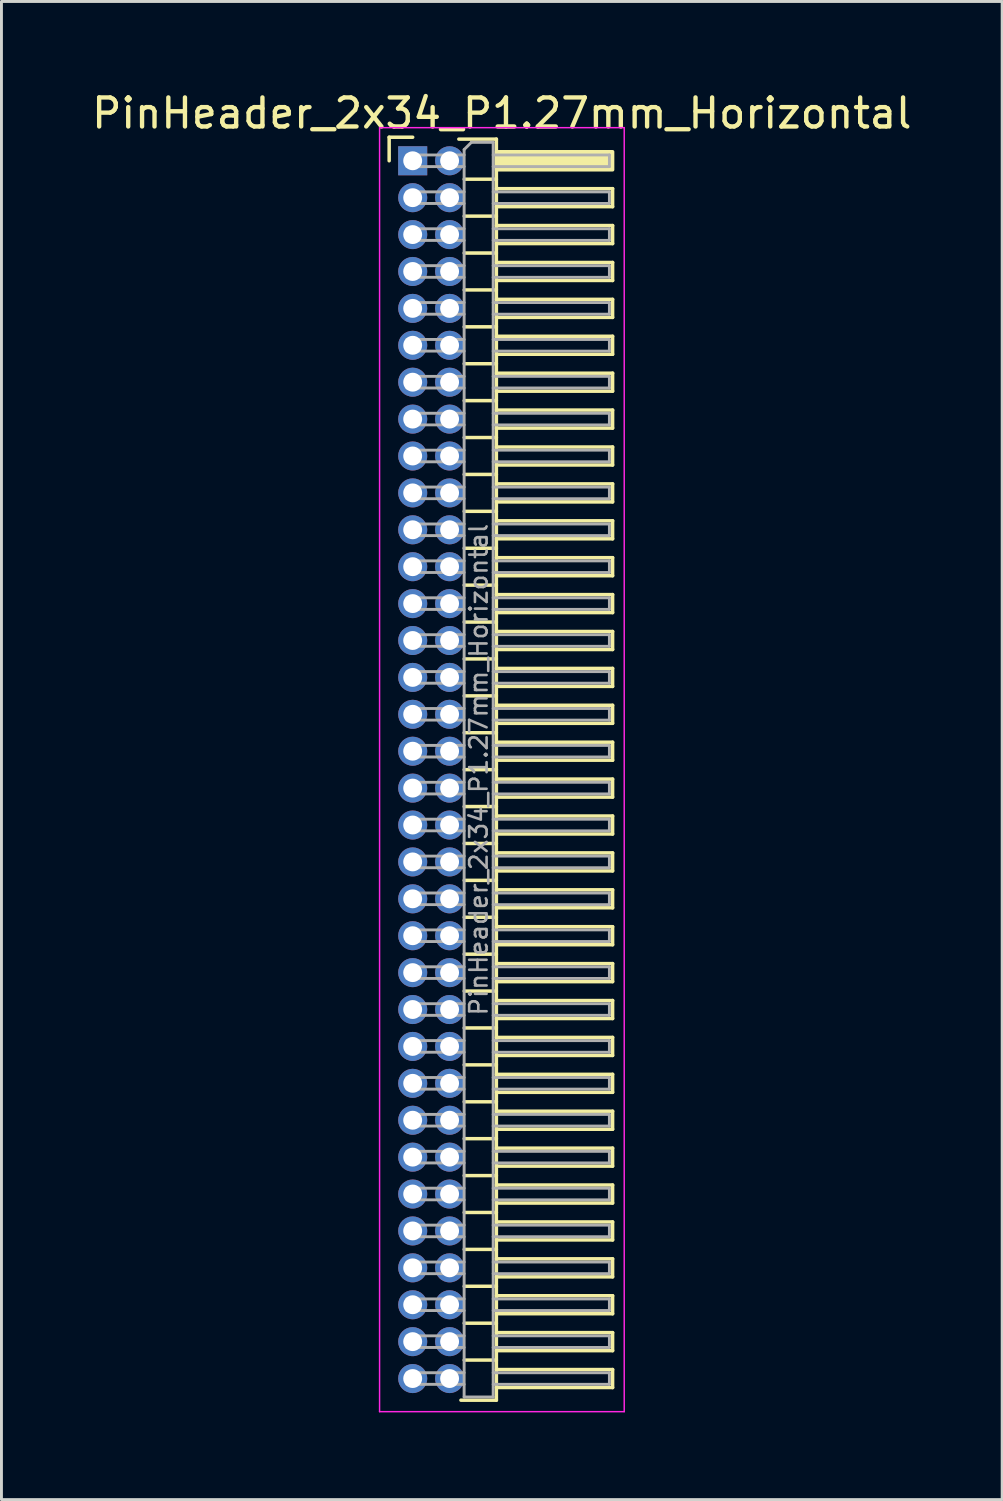
<source format=kicad_pcb>
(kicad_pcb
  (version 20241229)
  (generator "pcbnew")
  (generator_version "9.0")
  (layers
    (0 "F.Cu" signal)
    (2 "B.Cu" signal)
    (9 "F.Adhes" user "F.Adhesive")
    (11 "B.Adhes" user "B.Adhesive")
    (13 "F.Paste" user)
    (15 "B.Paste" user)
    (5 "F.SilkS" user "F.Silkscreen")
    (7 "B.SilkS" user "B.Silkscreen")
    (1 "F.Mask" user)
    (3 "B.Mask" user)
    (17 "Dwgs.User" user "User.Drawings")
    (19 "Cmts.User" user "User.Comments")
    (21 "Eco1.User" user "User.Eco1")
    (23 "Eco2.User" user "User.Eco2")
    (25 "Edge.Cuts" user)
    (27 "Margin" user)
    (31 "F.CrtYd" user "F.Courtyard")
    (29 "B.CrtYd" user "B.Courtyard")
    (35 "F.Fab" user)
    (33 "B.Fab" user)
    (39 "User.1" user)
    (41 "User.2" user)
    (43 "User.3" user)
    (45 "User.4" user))
  (footprint "PinHeader_2x34_P1.27mm_Horizontal"
    (layer "F.Cu")
    (at 11.153 2.483)
    (property "Reference" "PinHeader_2x34_P1.27mm_Horizontal" (at 3.067 -1.635 0) (layer "F.SilkS") (effects (font (size 1 1) (thickness 0.15))))
    (attr through_hole)
    (fp_line (start -0.81 -0.81) (end 0 -0.81) (stroke (width 0.12) (type solid)) (layer "F.SilkS"))
    (fp_line (start -0.81 0) (end -0.81 -0.81) (stroke (width 0.12) (type solid)) (layer "F.SilkS"))
    (fp_line (start 1.588 -0.745) (end 2.88 -0.745) (stroke (width 0.12) (type solid)) (layer "F.SilkS"))
    (fp_line (start 1.773 0.635) (end 2.88 0.635) (stroke (width 0.12) (type solid)) (layer "F.SilkS"))
    (fp_line (start 1.773 1.905) (end 2.88 1.905) (stroke (width 0.12) (type solid)) (layer "F.SilkS"))
    (fp_line (start 1.773 3.175) (end 2.88 3.175) (stroke (width 0.12) (type solid)) (layer "F.SilkS"))
    (fp_line (start 1.773 4.445) (end 2.88 4.445) (stroke (width 0.12) (type solid)) (layer "F.SilkS"))
    (fp_line (start 1.773 5.715) (end 2.88 5.715) (stroke (width 0.12) (type solid)) (layer "F.SilkS"))
    (fp_line (start 1.773 6.985) (end 2.88 6.985) (stroke (width 0.12) (type solid)) (layer "F.SilkS"))
    (fp_line (start 1.773 8.255) (end 2.88 8.255) (stroke (width 0.12) (type solid)) (layer "F.SilkS"))
    (fp_line (start 1.773 9.525) (end 2.88 9.525) (stroke (width 0.12) (type solid)) (layer "F.SilkS"))
    (fp_line (start 1.773 10.795) (end 2.88 10.795) (stroke (width 0.12) (type solid)) (layer "F.SilkS"))
    (fp_line (start 1.773 12.065) (end 2.88 12.065) (stroke (width 0.12) (type solid)) (layer "F.SilkS"))
    (fp_line (start 1.773 13.335) (end 2.88 13.335) (stroke (width 0.12) (type solid)) (layer "F.SilkS"))
    (fp_line (start 1.773 14.605) (end 2.88 14.605) (stroke (width 0.12) (type solid)) (layer "F.SilkS"))
    (fp_line (start 1.773 15.875) (end 2.88 15.875) (stroke (width 0.12) (type solid)) (layer "F.SilkS"))
    (fp_line (start 1.773 17.145) (end 2.88 17.145) (stroke (width 0.12) (type solid)) (layer "F.SilkS"))
    (fp_line (start 1.773 18.415) (end 2.88 18.415) (stroke (width 0.12) (type solid)) (layer "F.SilkS"))
    (fp_line (start 1.773 19.685) (end 2.88 19.685) (stroke (width 0.12) (type solid)) (layer "F.SilkS"))
    (fp_line (start 1.773 20.955) (end 2.88 20.955) (stroke (width 0.12) (type solid)) (layer "F.SilkS"))
    (fp_line (start 1.773 22.225) (end 2.88 22.225) (stroke (width 0.12) (type solid)) (layer "F.SilkS"))
    (fp_line (start 1.773 23.495) (end 2.88 23.495) (stroke (width 0.12) (type solid)) (layer "F.SilkS"))
    (fp_line (start 1.773 24.765) (end 2.88 24.765) (stroke (width 0.12) (type solid)) (layer "F.SilkS"))
    (fp_line (start 1.773 26.035) (end 2.88 26.035) (stroke (width 0.12) (type solid)) (layer "F.SilkS"))
    (fp_line (start 1.773 27.305) (end 2.88 27.305) (stroke (width 0.12) (type solid)) (layer "F.SilkS"))
    (fp_line (start 1.773 28.575) (end 2.88 28.575) (stroke (width 0.12) (type solid)) (layer "F.SilkS"))
    (fp_line (start 1.773 29.845) (end 2.88 29.845) (stroke (width 0.12) (type solid)) (layer "F.SilkS"))
    (fp_line (start 1.773 31.115) (end 2.88 31.115) (stroke (width 0.12) (type solid)) (layer "F.SilkS"))
    (fp_line (start 1.773 32.385) (end 2.88 32.385) (stroke (width 0.12) (type solid)) (layer "F.SilkS"))
    (fp_line (start 1.773 33.655) (end 2.88 33.655) (stroke (width 0.12) (type solid)) (layer "F.SilkS"))
    (fp_line (start 1.773 34.925) (end 2.88 34.925) (stroke (width 0.12) (type solid)) (layer "F.SilkS"))
    (fp_line (start 1.773 36.195) (end 2.88 36.195) (stroke (width 0.12) (type solid)) (layer "F.SilkS"))
    (fp_line (start 1.773 37.465) (end 2.88 37.465) (stroke (width 0.12) (type solid)) (layer "F.SilkS"))
    (fp_line (start 1.773 38.735) (end 2.88 38.735) (stroke (width 0.12) (type solid)) (layer "F.SilkS"))
    (fp_line (start 1.773 40.005) (end 2.88 40.005) (stroke (width 0.12) (type solid)) (layer "F.SilkS"))
    (fp_line (start 1.773 41.275) (end 2.88 41.275) (stroke (width 0.12) (type solid)) (layer "F.SilkS"))
    (fp_line (start 2.88 -0.745) (end 2.88 42.655) (stroke (width 0.12) (type solid)) (layer "F.SilkS"))
    (fp_line (start 2.88 0.96) (end 6.88 0.96) (stroke (width 0.12) (type solid)) (layer "F.SilkS"))
    (fp_line (start 2.88 2.23) (end 6.88 2.23) (stroke (width 0.12) (type solid)) (layer "F.SilkS"))
    (fp_line (start 2.88 3.5) (end 6.88 3.5) (stroke (width 0.12) (type solid)) (layer "F.SilkS"))
    (fp_line (start 2.88 4.77) (end 6.88 4.77) (stroke (width 0.12) (type solid)) (layer "F.SilkS"))
    (fp_line (start 2.88 6.04) (end 6.88 6.04) (stroke (width 0.12) (type solid)) (layer "F.SilkS"))
    (fp_line (start 2.88 7.31) (end 6.88 7.31) (stroke (width 0.12) (type solid)) (layer "F.SilkS"))
    (fp_line (start 2.88 8.58) (end 6.88 8.58) (stroke (width 0.12) (type solid)) (layer "F.SilkS"))
    (fp_line (start 2.88 9.85) (end 6.88 9.85) (stroke (width 0.12) (type solid)) (layer "F.SilkS"))
    (fp_line (start 2.88 11.12) (end 6.88 11.12) (stroke (width 0.12) (type solid)) (layer "F.SilkS"))
    (fp_line (start 2.88 12.39) (end 6.88 12.39) (stroke (width 0.12) (type solid)) (layer "F.SilkS"))
    (fp_line (start 2.88 13.66) (end 6.88 13.66) (stroke (width 0.12) (type solid)) (layer "F.SilkS"))
    (fp_line (start 2.88 14.93) (end 6.88 14.93) (stroke (width 0.12) (type solid)) (layer "F.SilkS"))
    (fp_line (start 2.88 16.2) (end 6.88 16.2) (stroke (width 0.12) (type solid)) (layer "F.SilkS"))
    (fp_line (start 2.88 17.47) (end 6.88 17.47) (stroke (width 0.12) (type solid)) (layer "F.SilkS"))
    (fp_line (start 2.88 18.74) (end 6.88 18.74) (stroke (width 0.12) (type solid)) (layer "F.SilkS"))
    (fp_line (start 2.88 20.01) (end 6.88 20.01) (stroke (width 0.12) (type solid)) (layer "F.SilkS"))
    (fp_line (start 2.88 21.28) (end 6.88 21.28) (stroke (width 0.12) (type solid)) (layer "F.SilkS"))
    (fp_line (start 2.88 22.55) (end 6.88 22.55) (stroke (width 0.12) (type solid)) (layer "F.SilkS"))
    (fp_line (start 2.88 23.82) (end 6.88 23.82) (stroke (width 0.12) (type solid)) (layer "F.SilkS"))
    (fp_line (start 2.88 25.09) (end 6.88 25.09) (stroke (width 0.12) (type solid)) (layer "F.SilkS"))
    (fp_line (start 2.88 26.36) (end 6.88 26.36) (stroke (width 0.12) (type solid)) (layer "F.SilkS"))
    (fp_line (start 2.88 27.63) (end 6.88 27.63) (stroke (width 0.12) (type solid)) (layer "F.SilkS"))
    (fp_line (start 2.88 28.9) (end 6.88 28.9) (stroke (width 0.12) (type solid)) (layer "F.SilkS"))
    (fp_line (start 2.88 30.17) (end 6.88 30.17) (stroke (width 0.12) (type solid)) (layer "F.SilkS"))
    (fp_line (start 2.88 31.44) (end 6.88 31.44) (stroke (width 0.12) (type solid)) (layer "F.SilkS"))
    (fp_line (start 2.88 32.71) (end 6.88 32.71) (stroke (width 0.12) (type solid)) (layer "F.SilkS"))
    (fp_line (start 2.88 33.98) (end 6.88 33.98) (stroke (width 0.12) (type solid)) (layer "F.SilkS"))
    (fp_line (start 2.88 35.25) (end 6.88 35.25) (stroke (width 0.12) (type solid)) (layer "F.SilkS"))
    (fp_line (start 2.88 36.52) (end 6.88 36.52) (stroke (width 0.12) (type solid)) (layer "F.SilkS"))
    (fp_line (start 2.88 37.79) (end 6.88 37.79) (stroke (width 0.12) (type solid)) (layer "F.SilkS"))
    (fp_line (start 2.88 39.06) (end 6.88 39.06) (stroke (width 0.12) (type solid)) (layer "F.SilkS"))
    (fp_line (start 2.88 40.33) (end 6.88 40.33) (stroke (width 0.12) (type solid)) (layer "F.SilkS"))
    (fp_line (start 2.88 41.6) (end 6.88 41.6) (stroke (width 0.12) (type solid)) (layer "F.SilkS"))
    (fp_line (start 2.88 42.655) (end 1.66 42.655) (stroke (width 0.12) (type solid)) (layer "F.SilkS"))
    (fp_line (start 6.88 0.96) (end 6.88 1.58) (stroke (width 0.12) (type solid)) (layer "F.SilkS"))
    (fp_line (start 6.88 1.58) (end 2.88 1.58) (stroke (width 0.12) (type solid)) (layer "F.SilkS"))
    (fp_line (start 6.88 2.23) (end 6.88 2.85) (stroke (width 0.12) (type solid)) (layer "F.SilkS"))
    (fp_line (start 6.88 2.85) (end 2.88 2.85) (stroke (width 0.12) (type solid)) (layer "F.SilkS"))
    (fp_line (start 6.88 3.5) (end 6.88 4.12) (stroke (width 0.12) (type solid)) (layer "F.SilkS"))
    (fp_line (start 6.88 4.12) (end 2.88 4.12) (stroke (width 0.12) (type solid)) (layer "F.SilkS"))
    (fp_line (start 6.88 4.77) (end 6.88 5.39) (stroke (width 0.12) (type solid)) (layer "F.SilkS"))
    (fp_line (start 6.88 5.39) (end 2.88 5.39) (stroke (width 0.12) (type solid)) (layer "F.SilkS"))
    (fp_line (start 6.88 6.04) (end 6.88 6.66) (stroke (width 0.12) (type solid)) (layer "F.SilkS"))
    (fp_line (start 6.88 6.66) (end 2.88 6.66) (stroke (width 0.12) (type solid)) (layer "F.SilkS"))
    (fp_line (start 6.88 7.31) (end 6.88 7.93) (stroke (width 0.12) (type solid)) (layer "F.SilkS"))
    (fp_line (start 6.88 7.93) (end 2.88 7.93) (stroke (width 0.12) (type solid)) (layer "F.SilkS"))
    (fp_line (start 6.88 8.58) (end 6.88 9.2) (stroke (width 0.12) (type solid)) (layer "F.SilkS"))
    (fp_line (start 6.88 9.2) (end 2.88 9.2) (stroke (width 0.12) (type solid)) (layer "F.SilkS"))
    (fp_line (start 6.88 9.85) (end 6.88 10.47) (stroke (width 0.12) (type solid)) (layer "F.SilkS"))
    (fp_line (start 6.88 10.47) (end 2.88 10.47) (stroke (width 0.12) (type solid)) (layer "F.SilkS"))
    (fp_line (start 6.88 11.12) (end 6.88 11.74) (stroke (width 0.12) (type solid)) (layer "F.SilkS"))
    (fp_line (start 6.88 11.74) (end 2.88 11.74) (stroke (width 0.12) (type solid)) (layer "F.SilkS"))
    (fp_line (start 6.88 12.39) (end 6.88 13.01) (stroke (width 0.12) (type solid)) (layer "F.SilkS"))
    (fp_line (start 6.88 13.01) (end 2.88 13.01) (stroke (width 0.12) (type solid)) (layer "F.SilkS"))
    (fp_line (start 6.88 13.66) (end 6.88 14.28) (stroke (width 0.12) (type solid)) (layer "F.SilkS"))
    (fp_line (start 6.88 14.28) (end 2.88 14.28) (stroke (width 0.12) (type solid)) (layer "F.SilkS"))
    (fp_line (start 6.88 14.93) (end 6.88 15.55) (stroke (width 0.12) (type solid)) (layer "F.SilkS"))
    (fp_line (start 6.88 15.55) (end 2.88 15.55) (stroke (width 0.12) (type solid)) (layer "F.SilkS"))
    (fp_line (start 6.88 16.2) (end 6.88 16.82) (stroke (width 0.12) (type solid)) (layer "F.SilkS"))
    (fp_line (start 6.88 16.82) (end 2.88 16.82) (stroke (width 0.12) (type solid)) (layer "F.SilkS"))
    (fp_line (start 6.88 17.47) (end 6.88 18.09) (stroke (width 0.12) (type solid)) (layer "F.SilkS"))
    (fp_line (start 6.88 18.09) (end 2.88 18.09) (stroke (width 0.12) (type solid)) (layer "F.SilkS"))
    (fp_line (start 6.88 18.74) (end 6.88 19.36) (stroke (width 0.12) (type solid)) (layer "F.SilkS"))
    (fp_line (start 6.88 19.36) (end 2.88 19.36) (stroke (width 0.12) (type solid)) (layer "F.SilkS"))
    (fp_line (start 6.88 20.01) (end 6.88 20.63) (stroke (width 0.12) (type solid)) (layer "F.SilkS"))
    (fp_line (start 6.88 20.63) (end 2.88 20.63) (stroke (width 0.12) (type solid)) (layer "F.SilkS"))
    (fp_line (start 6.88 21.28) (end 6.88 21.9) (stroke (width 0.12) (type solid)) (layer "F.SilkS"))
    (fp_line (start 6.88 21.9) (end 2.88 21.9) (stroke (width 0.12) (type solid)) (layer "F.SilkS"))
    (fp_line (start 6.88 22.55) (end 6.88 23.17) (stroke (width 0.12) (type solid)) (layer "F.SilkS"))
    (fp_line (start 6.88 23.17) (end 2.88 23.17) (stroke (width 0.12) (type solid)) (layer "F.SilkS"))
    (fp_line (start 6.88 23.82) (end 6.88 24.44) (stroke (width 0.12) (type solid)) (layer "F.SilkS"))
    (fp_line (start 6.88 24.44) (end 2.88 24.44) (stroke (width 0.12) (type solid)) (layer "F.SilkS"))
    (fp_line (start 6.88 25.09) (end 6.88 25.71) (stroke (width 0.12) (type solid)) (layer "F.SilkS"))
    (fp_line (start 6.88 25.71) (end 2.88 25.71) (stroke (width 0.12) (type solid)) (layer "F.SilkS"))
    (fp_line (start 6.88 26.36) (end 6.88 26.98) (stroke (width 0.12) (type solid)) (layer "F.SilkS"))
    (fp_line (start 6.88 26.98) (end 2.88 26.98) (stroke (width 0.12) (type solid)) (layer "F.SilkS"))
    (fp_line (start 6.88 27.63) (end 6.88 28.25) (stroke (width 0.12) (type solid)) (layer "F.SilkS"))
    (fp_line (start 6.88 28.25) (end 2.88 28.25) (stroke (width 0.12) (type solid)) (layer "F.SilkS"))
    (fp_line (start 6.88 28.9) (end 6.88 29.52) (stroke (width 0.12) (type solid)) (layer "F.SilkS"))
    (fp_line (start 6.88 29.52) (end 2.88 29.52) (stroke (width 0.12) (type solid)) (layer "F.SilkS"))
    (fp_line (start 6.88 30.17) (end 6.88 30.79) (stroke (width 0.12) (type solid)) (layer "F.SilkS"))
    (fp_line (start 6.88 30.79) (end 2.88 30.79) (stroke (width 0.12) (type solid)) (layer "F.SilkS"))
    (fp_line (start 6.88 31.44) (end 6.88 32.06) (stroke (width 0.12) (type solid)) (layer "F.SilkS"))
    (fp_line (start 6.88 32.06) (end 2.88 32.06) (stroke (width 0.12) (type solid)) (layer "F.SilkS"))
    (fp_line (start 6.88 32.71) (end 6.88 33.33) (stroke (width 0.12) (type solid)) (layer "F.SilkS"))
    (fp_line (start 6.88 33.33) (end 2.88 33.33) (stroke (width 0.12) (type solid)) (layer "F.SilkS"))
    (fp_line (start 6.88 33.98) (end 6.88 34.6) (stroke (width 0.12) (type solid)) (layer "F.SilkS"))
    (fp_line (start 6.88 34.6) (end 2.88 34.6) (stroke (width 0.12) (type solid)) (layer "F.SilkS"))
    (fp_line (start 6.88 35.25) (end 6.88 35.87) (stroke (width 0.12) (type solid)) (layer "F.SilkS"))
    (fp_line (start 6.88 35.87) (end 2.88 35.87) (stroke (width 0.12) (type solid)) (layer "F.SilkS"))
    (fp_line (start 6.88 36.52) (end 6.88 37.14) (stroke (width 0.12) (type solid)) (layer "F.SilkS"))
    (fp_line (start 6.88 37.14) (end 2.88 37.14) (stroke (width 0.12) (type solid)) (layer "F.SilkS"))
    (fp_line (start 6.88 37.79) (end 6.88 38.41) (stroke (width 0.12) (type solid)) (layer "F.SilkS"))
    (fp_line (start 6.88 38.41) (end 2.88 38.41) (stroke (width 0.12) (type solid)) (layer "F.SilkS"))
    (fp_line (start 6.88 39.06) (end 6.88 39.68) (stroke (width 0.12) (type solid)) (layer "F.SilkS"))
    (fp_line (start 6.88 39.68) (end 2.88 39.68) (stroke (width 0.12) (type solid)) (layer "F.SilkS"))
    (fp_line (start 6.88 40.33) (end 6.88 40.95) (stroke (width 0.12) (type solid)) (layer "F.SilkS"))
    (fp_line (start 6.88 40.95) (end 2.88 40.95) (stroke (width 0.12) (type solid)) (layer "F.SilkS"))
    (fp_line (start 6.88 41.6) (end 6.88 42.22) (stroke (width 0.12) (type solid)) (layer "F.SilkS"))
    (fp_line (start 6.88 42.22) (end 2.88 42.22) (stroke (width 0.12) (type solid)) (layer "F.SilkS"))
    (fp_rect (start 2.88 -0.31) (end 6.88 0.31) (stroke (width 0.12) (type solid)) (fill yes) (layer "F.SilkS"))
    (fp_line (start -1.14 -1.14) (end -1.14 43.05) (stroke (width 0.05) (type solid)) (layer "F.CrtYd"))
    (fp_line (start -1.14 43.05) (end 7.28 43.05) (stroke (width 0.05) (type solid)) (layer "F.CrtYd"))
    (fp_line (start 7.28 -1.14) (end -1.14 -1.14) (stroke (width 0.05) (type solid)) (layer "F.CrtYd"))
    (fp_line (start 7.28 43.05) (end 7.28 -1.14) (stroke (width 0.05) (type solid)) (layer "F.CrtYd"))
    (fp_line (start -0.2 -0.2) (end -0.2 0.2) (stroke (width 0.1) (type solid)) (layer "F.Fab"))
    (fp_line (start -0.2 -0.2) (end 1.77 -0.2) (stroke (width 0.1) (type solid)) (layer "F.Fab"))
    (fp_line (start -0.2 0.2) (end 1.77 0.2) (stroke (width 0.1) (type solid)) (layer "F.Fab"))
    (fp_line (start -0.2 1.07) (end -0.2 1.47) (stroke (width 0.1) (type solid)) (layer "F.Fab"))
    (fp_line (start -0.2 1.07) (end 1.77 1.07) (stroke (width 0.1) (type solid)) (layer "F.Fab"))
    (fp_line (start -0.2 1.47) (end 1.77 1.47) (stroke (width 0.1) (type solid)) (layer "F.Fab"))
    (fp_line (start -0.2 2.34) (end -0.2 2.74) (stroke (width 0.1) (type solid)) (layer "F.Fab"))
    (fp_line (start -0.2 2.34) (end 1.77 2.34) (stroke (width 0.1) (type solid)) (layer "F.Fab"))
    (fp_line (start -0.2 2.74) (end 1.77 2.74) (stroke (width 0.1) (type solid)) (layer "F.Fab"))
    (fp_line (start -0.2 3.61) (end -0.2 4.01) (stroke (width 0.1) (type solid)) (layer "F.Fab"))
    (fp_line (start -0.2 3.61) (end 1.77 3.61) (stroke (width 0.1) (type solid)) (layer "F.Fab"))
    (fp_line (start -0.2 4.01) (end 1.77 4.01) (stroke (width 0.1) (type solid)) (layer "F.Fab"))
    (fp_line (start -0.2 4.88) (end -0.2 5.28) (stroke (width 0.1) (type solid)) (layer "F.Fab"))
    (fp_line (start -0.2 4.88) (end 1.77 4.88) (stroke (width 0.1) (type solid)) (layer "F.Fab"))
    (fp_line (start -0.2 5.28) (end 1.77 5.28) (stroke (width 0.1) (type solid)) (layer "F.Fab"))
    (fp_line (start -0.2 6.15) (end -0.2 6.55) (stroke (width 0.1) (type solid)) (layer "F.Fab"))
    (fp_line (start -0.2 6.15) (end 1.77 6.15) (stroke (width 0.1) (type solid)) (layer "F.Fab"))
    (fp_line (start -0.2 6.55) (end 1.77 6.55) (stroke (width 0.1) (type solid)) (layer "F.Fab"))
    (fp_line (start -0.2 7.42) (end -0.2 7.82) (stroke (width 0.1) (type solid)) (layer "F.Fab"))
    (fp_line (start -0.2 7.42) (end 1.77 7.42) (stroke (width 0.1) (type solid)) (layer "F.Fab"))
    (fp_line (start -0.2 7.82) (end 1.77 7.82) (stroke (width 0.1) (type solid)) (layer "F.Fab"))
    (fp_line (start -0.2 8.69) (end -0.2 9.09) (stroke (width 0.1) (type solid)) (layer "F.Fab"))
    (fp_line (start -0.2 8.69) (end 1.77 8.69) (stroke (width 0.1) (type solid)) (layer "F.Fab"))
    (fp_line (start -0.2 9.09) (end 1.77 9.09) (stroke (width 0.1) (type solid)) (layer "F.Fab"))
    (fp_line (start -0.2 9.96) (end -0.2 10.36) (stroke (width 0.1) (type solid)) (layer "F.Fab"))
    (fp_line (start -0.2 9.96) (end 1.77 9.96) (stroke (width 0.1) (type solid)) (layer "F.Fab"))
    (fp_line (start -0.2 10.36) (end 1.77 10.36) (stroke (width 0.1) (type solid)) (layer "F.Fab"))
    (fp_line (start -0.2 11.23) (end -0.2 11.63) (stroke (width 0.1) (type solid)) (layer "F.Fab"))
    (fp_line (start -0.2 11.23) (end 1.77 11.23) (stroke (width 0.1) (type solid)) (layer "F.Fab"))
    (fp_line (start -0.2 11.63) (end 1.77 11.63) (stroke (width 0.1) (type solid)) (layer "F.Fab"))
    (fp_line (start -0.2 12.5) (end -0.2 12.9) (stroke (width 0.1) (type solid)) (layer "F.Fab"))
    (fp_line (start -0.2 12.5) (end 1.77 12.5) (stroke (width 0.1) (type solid)) (layer "F.Fab"))
    (fp_line (start -0.2 12.9) (end 1.77 12.9) (stroke (width 0.1) (type solid)) (layer "F.Fab"))
    (fp_line (start -0.2 13.77) (end -0.2 14.17) (stroke (width 0.1) (type solid)) (layer "F.Fab"))
    (fp_line (start -0.2 13.77) (end 1.77 13.77) (stroke (width 0.1) (type solid)) (layer "F.Fab"))
    (fp_line (start -0.2 14.17) (end 1.77 14.17) (stroke (width 0.1) (type solid)) (layer "F.Fab"))
    (fp_line (start -0.2 15.04) (end -0.2 15.44) (stroke (width 0.1) (type solid)) (layer "F.Fab"))
    (fp_line (start -0.2 15.04) (end 1.77 15.04) (stroke (width 0.1) (type solid)) (layer "F.Fab"))
    (fp_line (start -0.2 15.44) (end 1.77 15.44) (stroke (width 0.1) (type solid)) (layer "F.Fab"))
    (fp_line (start -0.2 16.31) (end -0.2 16.71) (stroke (width 0.1) (type solid)) (layer "F.Fab"))
    (fp_line (start -0.2 16.31) (end 1.77 16.31) (stroke (width 0.1) (type solid)) (layer "F.Fab"))
    (fp_line (start -0.2 16.71) (end 1.77 16.71) (stroke (width 0.1) (type solid)) (layer "F.Fab"))
    (fp_line (start -0.2 17.58) (end -0.2 17.98) (stroke (width 0.1) (type solid)) (layer "F.Fab"))
    (fp_line (start -0.2 17.58) (end 1.77 17.58) (stroke (width 0.1) (type solid)) (layer "F.Fab"))
    (fp_line (start -0.2 17.98) (end 1.77 17.98) (stroke (width 0.1) (type solid)) (layer "F.Fab"))
    (fp_line (start -0.2 18.85) (end -0.2 19.25) (stroke (width 0.1) (type solid)) (layer "F.Fab"))
    (fp_line (start -0.2 18.85) (end 1.77 18.85) (stroke (width 0.1) (type solid)) (layer "F.Fab"))
    (fp_line (start -0.2 19.25) (end 1.77 19.25) (stroke (width 0.1) (type solid)) (layer "F.Fab"))
    (fp_line (start -0.2 20.12) (end -0.2 20.52) (stroke (width 0.1) (type solid)) (layer "F.Fab"))
    (fp_line (start -0.2 20.12) (end 1.77 20.12) (stroke (width 0.1) (type solid)) (layer "F.Fab"))
    (fp_line (start -0.2 20.52) (end 1.77 20.52) (stroke (width 0.1) (type solid)) (layer "F.Fab"))
    (fp_line (start -0.2 21.39) (end -0.2 21.79) (stroke (width 0.1) (type solid)) (layer "F.Fab"))
    (fp_line (start -0.2 21.39) (end 1.77 21.39) (stroke (width 0.1) (type solid)) (layer "F.Fab"))
    (fp_line (start -0.2 21.79) (end 1.77 21.79) (stroke (width 0.1) (type solid)) (layer "F.Fab"))
    (fp_line (start -0.2 22.66) (end -0.2 23.06) (stroke (width 0.1) (type solid)) (layer "F.Fab"))
    (fp_line (start -0.2 22.66) (end 1.77 22.66) (stroke (width 0.1) (type solid)) (layer "F.Fab"))
    (fp_line (start -0.2 23.06) (end 1.77 23.06) (stroke (width 0.1) (type solid)) (layer "F.Fab"))
    (fp_line (start -0.2 23.93) (end -0.2 24.33) (stroke (width 0.1) (type solid)) (layer "F.Fab"))
    (fp_line (start -0.2 23.93) (end 1.77 23.93) (stroke (width 0.1) (type solid)) (layer "F.Fab"))
    (fp_line (start -0.2 24.33) (end 1.77 24.33) (stroke (width 0.1) (type solid)) (layer "F.Fab"))
    (fp_line (start -0.2 25.2) (end -0.2 25.6) (stroke (width 0.1) (type solid)) (layer "F.Fab"))
    (fp_line (start -0.2 25.2) (end 1.77 25.2) (stroke (width 0.1) (type solid)) (layer "F.Fab"))
    (fp_line (start -0.2 25.6) (end 1.77 25.6) (stroke (width 0.1) (type solid)) (layer "F.Fab"))
    (fp_line (start -0.2 26.47) (end -0.2 26.87) (stroke (width 0.1) (type solid)) (layer "F.Fab"))
    (fp_line (start -0.2 26.47) (end 1.77 26.47) (stroke (width 0.1) (type solid)) (layer "F.Fab"))
    (fp_line (start -0.2 26.87) (end 1.77 26.87) (stroke (width 0.1) (type solid)) (layer "F.Fab"))
    (fp_line (start -0.2 27.74) (end -0.2 28.14) (stroke (width 0.1) (type solid)) (layer "F.Fab"))
    (fp_line (start -0.2 27.74) (end 1.77 27.74) (stroke (width 0.1) (type solid)) (layer "F.Fab"))
    (fp_line (start -0.2 28.14) (end 1.77 28.14) (stroke (width 0.1) (type solid)) (layer "F.Fab"))
    (fp_line (start -0.2 29.01) (end -0.2 29.41) (stroke (width 0.1) (type solid)) (layer "F.Fab"))
    (fp_line (start -0.2 29.01) (end 1.77 29.01) (stroke (width 0.1) (type solid)) (layer "F.Fab"))
    (fp_line (start -0.2 29.41) (end 1.77 29.41) (stroke (width 0.1) (type solid)) (layer "F.Fab"))
    (fp_line (start -0.2 30.28) (end -0.2 30.68) (stroke (width 0.1) (type solid)) (layer "F.Fab"))
    (fp_line (start -0.2 30.28) (end 1.77 30.28) (stroke (width 0.1) (type solid)) (layer "F.Fab"))
    (fp_line (start -0.2 30.68) (end 1.77 30.68) (stroke (width 0.1) (type solid)) (layer "F.Fab"))
    (fp_line (start -0.2 31.55) (end -0.2 31.95) (stroke (width 0.1) (type solid)) (layer "F.Fab"))
    (fp_line (start -0.2 31.55) (end 1.77 31.55) (stroke (width 0.1) (type solid)) (layer "F.Fab"))
    (fp_line (start -0.2 31.95) (end 1.77 31.95) (stroke (width 0.1) (type solid)) (layer "F.Fab"))
    (fp_line (start -0.2 32.82) (end -0.2 33.22) (stroke (width 0.1) (type solid)) (layer "F.Fab"))
    (fp_line (start -0.2 32.82) (end 1.77 32.82) (stroke (width 0.1) (type solid)) (layer "F.Fab"))
    (fp_line (start -0.2 33.22) (end 1.77 33.22) (stroke (width 0.1) (type solid)) (layer "F.Fab"))
    (fp_line (start -0.2 34.09) (end -0.2 34.49) (stroke (width 0.1) (type solid)) (layer "F.Fab"))
    (fp_line (start -0.2 34.09) (end 1.77 34.09) (stroke (width 0.1) (type solid)) (layer "F.Fab"))
    (fp_line (start -0.2 34.49) (end 1.77 34.49) (stroke (width 0.1) (type solid)) (layer "F.Fab"))
    (fp_line (start -0.2 35.36) (end -0.2 35.76) (stroke (width 0.1) (type solid)) (layer "F.Fab"))
    (fp_line (start -0.2 35.36) (end 1.77 35.36) (stroke (width 0.1) (type solid)) (layer "F.Fab"))
    (fp_line (start -0.2 35.76) (end 1.77 35.76) (stroke (width 0.1) (type solid)) (layer "F.Fab"))
    (fp_line (start -0.2 36.63) (end -0.2 37.03) (stroke (width 0.1) (type solid)) (layer "F.Fab"))
    (fp_line (start -0.2 36.63) (end 1.77 36.63) (stroke (width 0.1) (type solid)) (layer "F.Fab"))
    (fp_line (start -0.2 37.03) (end 1.77 37.03) (stroke (width 0.1) (type solid)) (layer "F.Fab"))
    (fp_line (start -0.2 37.9) (end -0.2 38.3) (stroke (width 0.1) (type solid)) (layer "F.Fab"))
    (fp_line (start -0.2 37.9) (end 1.77 37.9) (stroke (width 0.1) (type solid)) (layer "F.Fab"))
    (fp_line (start -0.2 38.3) (end 1.77 38.3) (stroke (width 0.1) (type solid)) (layer "F.Fab"))
    (fp_line (start -0.2 39.17) (end -0.2 39.57) (stroke (width 0.1) (type solid)) (layer "F.Fab"))
    (fp_line (start -0.2 39.17) (end 1.77 39.17) (stroke (width 0.1) (type solid)) (layer "F.Fab"))
    (fp_line (start -0.2 39.57) (end 1.77 39.57) (stroke (width 0.1) (type solid)) (layer "F.Fab"))
    (fp_line (start -0.2 40.44) (end -0.2 40.84) (stroke (width 0.1) (type solid)) (layer "F.Fab"))
    (fp_line (start -0.2 40.44) (end 1.77 40.44) (stroke (width 0.1) (type solid)) (layer "F.Fab"))
    (fp_line (start -0.2 40.84) (end 1.77 40.84) (stroke (width 0.1) (type solid)) (layer "F.Fab"))
    (fp_line (start -0.2 41.71) (end -0.2 42.11) (stroke (width 0.1) (type solid)) (layer "F.Fab"))
    (fp_line (start -0.2 41.71) (end 1.77 41.71) (stroke (width 0.1) (type solid)) (layer "F.Fab"))
    (fp_line (start -0.2 42.11) (end 1.77 42.11) (stroke (width 0.1) (type solid)) (layer "F.Fab"))
    (fp_line (start 1.77 -0.385) (end 2.02 -0.635) (stroke (width 0.1) (type solid)) (layer "F.Fab"))
    (fp_line (start 1.77 42.545) (end 1.77 -0.385) (stroke (width 0.1) (type solid)) (layer "F.Fab"))
    (fp_line (start 2.02 -0.635) (end 2.77 -0.635) (stroke (width 0.1) (type solid)) (layer "F.Fab"))
    (fp_line (start 2.77 -0.635) (end 2.77 42.545) (stroke (width 0.1) (type solid)) (layer "F.Fab"))
    (fp_line (start 2.77 -0.2) (end 6.77 -0.2) (stroke (width 0.1) (type solid)) (layer "F.Fab"))
    (fp_line (start 2.77 0.2) (end 6.77 0.2) (stroke (width 0.1) (type solid)) (layer "F.Fab"))
    (fp_line (start 2.77 1.07) (end 6.77 1.07) (stroke (width 0.1) (type solid)) (layer "F.Fab"))
    (fp_line (start 2.77 1.47) (end 6.77 1.47) (stroke (width 0.1) (type solid)) (layer "F.Fab"))
    (fp_line (start 2.77 2.34) (end 6.77 2.34) (stroke (width 0.1) (type solid)) (layer "F.Fab"))
    (fp_line (start 2.77 2.74) (end 6.77 2.74) (stroke (width 0.1) (type solid)) (layer "F.Fab"))
    (fp_line (start 2.77 3.61) (end 6.77 3.61) (stroke (width 0.1) (type solid)) (layer "F.Fab"))
    (fp_line (start 2.77 4.01) (end 6.77 4.01) (stroke (width 0.1) (type solid)) (layer "F.Fab"))
    (fp_line (start 2.77 4.88) (end 6.77 4.88) (stroke (width 0.1) (type solid)) (layer "F.Fab"))
    (fp_line (start 2.77 5.28) (end 6.77 5.28) (stroke (width 0.1) (type solid)) (layer "F.Fab"))
    (fp_line (start 2.77 6.15) (end 6.77 6.15) (stroke (width 0.1) (type solid)) (layer "F.Fab"))
    (fp_line (start 2.77 6.55) (end 6.77 6.55) (stroke (width 0.1) (type solid)) (layer "F.Fab"))
    (fp_line (start 2.77 7.42) (end 6.77 7.42) (stroke (width 0.1) (type solid)) (layer "F.Fab"))
    (fp_line (start 2.77 7.82) (end 6.77 7.82) (stroke (width 0.1) (type solid)) (layer "F.Fab"))
    (fp_line (start 2.77 8.69) (end 6.77 8.69) (stroke (width 0.1) (type solid)) (layer "F.Fab"))
    (fp_line (start 2.77 9.09) (end 6.77 9.09) (stroke (width 0.1) (type solid)) (layer "F.Fab"))
    (fp_line (start 2.77 9.96) (end 6.77 9.96) (stroke (width 0.1) (type solid)) (layer "F.Fab"))
    (fp_line (start 2.77 10.36) (end 6.77 10.36) (stroke (width 0.1) (type solid)) (layer "F.Fab"))
    (fp_line (start 2.77 11.23) (end 6.77 11.23) (stroke (width 0.1) (type solid)) (layer "F.Fab"))
    (fp_line (start 2.77 11.63) (end 6.77 11.63) (stroke (width 0.1) (type solid)) (layer "F.Fab"))
    (fp_line (start 2.77 12.5) (end 6.77 12.5) (stroke (width 0.1) (type solid)) (layer "F.Fab"))
    (fp_line (start 2.77 12.9) (end 6.77 12.9) (stroke (width 0.1) (type solid)) (layer "F.Fab"))
    (fp_line (start 2.77 13.77) (end 6.77 13.77) (stroke (width 0.1) (type solid)) (layer "F.Fab"))
    (fp_line (start 2.77 14.17) (end 6.77 14.17) (stroke (width 0.1) (type solid)) (layer "F.Fab"))
    (fp_line (start 2.77 15.04) (end 6.77 15.04) (stroke (width 0.1) (type solid)) (layer "F.Fab"))
    (fp_line (start 2.77 15.44) (end 6.77 15.44) (stroke (width 0.1) (type solid)) (layer "F.Fab"))
    (fp_line (start 2.77 16.31) (end 6.77 16.31) (stroke (width 0.1) (type solid)) (layer "F.Fab"))
    (fp_line (start 2.77 16.71) (end 6.77 16.71) (stroke (width 0.1) (type solid)) (layer "F.Fab"))
    (fp_line (start 2.77 17.58) (end 6.77 17.58) (stroke (width 0.1) (type solid)) (layer "F.Fab"))
    (fp_line (start 2.77 17.98) (end 6.77 17.98) (stroke (width 0.1) (type solid)) (layer "F.Fab"))
    (fp_line (start 2.77 18.85) (end 6.77 18.85) (stroke (width 0.1) (type solid)) (layer "F.Fab"))
    (fp_line (start 2.77 19.25) (end 6.77 19.25) (stroke (width 0.1) (type solid)) (layer "F.Fab"))
    (fp_line (start 2.77 20.12) (end 6.77 20.12) (stroke (width 0.1) (type solid)) (layer "F.Fab"))
    (fp_line (start 2.77 20.52) (end 6.77 20.52) (stroke (width 0.1) (type solid)) (layer "F.Fab"))
    (fp_line (start 2.77 21.39) (end 6.77 21.39) (stroke (width 0.1) (type solid)) (layer "F.Fab"))
    (fp_line (start 2.77 21.79) (end 6.77 21.79) (stroke (width 0.1) (type solid)) (layer "F.Fab"))
    (fp_line (start 2.77 22.66) (end 6.77 22.66) (stroke (width 0.1) (type solid)) (layer "F.Fab"))
    (fp_line (start 2.77 23.06) (end 6.77 23.06) (stroke (width 0.1) (type solid)) (layer "F.Fab"))
    (fp_line (start 2.77 23.93) (end 6.77 23.93) (stroke (width 0.1) (type solid)) (layer "F.Fab"))
    (fp_line (start 2.77 24.33) (end 6.77 24.33) (stroke (width 0.1) (type solid)) (layer "F.Fab"))
    (fp_line (start 2.77 25.2) (end 6.77 25.2) (stroke (width 0.1) (type solid)) (layer "F.Fab"))
    (fp_line (start 2.77 25.6) (end 6.77 25.6) (stroke (width 0.1) (type solid)) (layer "F.Fab"))
    (fp_line (start 2.77 26.47) (end 6.77 26.47) (stroke (width 0.1) (type solid)) (layer "F.Fab"))
    (fp_line (start 2.77 26.87) (end 6.77 26.87) (stroke (width 0.1) (type solid)) (layer "F.Fab"))
    (fp_line (start 2.77 27.74) (end 6.77 27.74) (stroke (width 0.1) (type solid)) (layer "F.Fab"))
    (fp_line (start 2.77 28.14) (end 6.77 28.14) (stroke (width 0.1) (type solid)) (layer "F.Fab"))
    (fp_line (start 2.77 29.01) (end 6.77 29.01) (stroke (width 0.1) (type solid)) (layer "F.Fab"))
    (fp_line (start 2.77 29.41) (end 6.77 29.41) (stroke (width 0.1) (type solid)) (layer "F.Fab"))
    (fp_line (start 2.77 30.28) (end 6.77 30.28) (stroke (width 0.1) (type solid)) (layer "F.Fab"))
    (fp_line (start 2.77 30.68) (end 6.77 30.68) (stroke (width 0.1) (type solid)) (layer "F.Fab"))
    (fp_line (start 2.77 31.55) (end 6.77 31.55) (stroke (width 0.1) (type solid)) (layer "F.Fab"))
    (fp_line (start 2.77 31.95) (end 6.77 31.95) (stroke (width 0.1) (type solid)) (layer "F.Fab"))
    (fp_line (start 2.77 32.82) (end 6.77 32.82) (stroke (width 0.1) (type solid)) (layer "F.Fab"))
    (fp_line (start 2.77 33.22) (end 6.77 33.22) (stroke (width 0.1) (type solid)) (layer "F.Fab"))
    (fp_line (start 2.77 34.09) (end 6.77 34.09) (stroke (width 0.1) (type solid)) (layer "F.Fab"))
    (fp_line (start 2.77 34.49) (end 6.77 34.49) (stroke (width 0.1) (type solid)) (layer "F.Fab"))
    (fp_line (start 2.77 35.36) (end 6.77 35.36) (stroke (width 0.1) (type solid)) (layer "F.Fab"))
    (fp_line (start 2.77 35.76) (end 6.77 35.76) (stroke (width 0.1) (type solid)) (layer "F.Fab"))
    (fp_line (start 2.77 36.63) (end 6.77 36.63) (stroke (width 0.1) (type solid)) (layer "F.Fab"))
    (fp_line (start 2.77 37.03) (end 6.77 37.03) (stroke (width 0.1) (type solid)) (layer "F.Fab"))
    (fp_line (start 2.77 37.9) (end 6.77 37.9) (stroke (width 0.1) (type solid)) (layer "F.Fab"))
    (fp_line (start 2.77 38.3) (end 6.77 38.3) (stroke (width 0.1) (type solid)) (layer "F.Fab"))
    (fp_line (start 2.77 39.17) (end 6.77 39.17) (stroke (width 0.1) (type solid)) (layer "F.Fab"))
    (fp_line (start 2.77 39.57) (end 6.77 39.57) (stroke (width 0.1) (type solid)) (layer "F.Fab"))
    (fp_line (start 2.77 40.44) (end 6.77 40.44) (stroke (width 0.1) (type solid)) (layer "F.Fab"))
    (fp_line (start 2.77 40.84) (end 6.77 40.84) (stroke (width 0.1) (type solid)) (layer "F.Fab"))
    (fp_line (start 2.77 41.71) (end 6.77 41.71) (stroke (width 0.1) (type solid)) (layer "F.Fab"))
    (fp_line (start 2.77 42.11) (end 6.77 42.11) (stroke (width 0.1) (type solid)) (layer "F.Fab"))
    (fp_line (start 2.77 42.545) (end 1.77 42.545) (stroke (width 0.1) (type solid)) (layer "F.Fab"))
    (fp_line (start 6.77 -0.2) (end 6.77 0.2) (stroke (width 0.1) (type solid)) (layer "F.Fab"))
    (fp_line (start 6.77 1.07) (end 6.77 1.47) (stroke (width 0.1) (type solid)) (layer "F.Fab"))
    (fp_line (start 6.77 2.34) (end 6.77 2.74) (stroke (width 0.1) (type solid)) (layer "F.Fab"))
    (fp_line (start 6.77 3.61) (end 6.77 4.01) (stroke (width 0.1) (type solid)) (layer "F.Fab"))
    (fp_line (start 6.77 4.88) (end 6.77 5.28) (stroke (width 0.1) (type solid)) (layer "F.Fab"))
    (fp_line (start 6.77 6.15) (end 6.77 6.55) (stroke (width 0.1) (type solid)) (layer "F.Fab"))
    (fp_line (start 6.77 7.42) (end 6.77 7.82) (stroke (width 0.1) (type solid)) (layer "F.Fab"))
    (fp_line (start 6.77 8.69) (end 6.77 9.09) (stroke (width 0.1) (type solid)) (layer "F.Fab"))
    (fp_line (start 6.77 9.96) (end 6.77 10.36) (stroke (width 0.1) (type solid)) (layer "F.Fab"))
    (fp_line (start 6.77 11.23) (end 6.77 11.63) (stroke (width 0.1) (type solid)) (layer "F.Fab"))
    (fp_line (start 6.77 12.5) (end 6.77 12.9) (stroke (width 0.1) (type solid)) (layer "F.Fab"))
    (fp_line (start 6.77 13.77) (end 6.77 14.17) (stroke (width 0.1) (type solid)) (layer "F.Fab"))
    (fp_line (start 6.77 15.04) (end 6.77 15.44) (stroke (width 0.1) (type solid)) (layer "F.Fab"))
    (fp_line (start 6.77 16.31) (end 6.77 16.71) (stroke (width 0.1) (type solid)) (layer "F.Fab"))
    (fp_line (start 6.77 17.58) (end 6.77 17.98) (stroke (width 0.1) (type solid)) (layer "F.Fab"))
    (fp_line (start 6.77 18.85) (end 6.77 19.25) (stroke (width 0.1) (type solid)) (layer "F.Fab"))
    (fp_line (start 6.77 20.12) (end 6.77 20.52) (stroke (width 0.1) (type solid)) (layer "F.Fab"))
    (fp_line (start 6.77 21.39) (end 6.77 21.79) (stroke (width 0.1) (type solid)) (layer "F.Fab"))
    (fp_line (start 6.77 22.66) (end 6.77 23.06) (stroke (width 0.1) (type solid)) (layer "F.Fab"))
    (fp_line (start 6.77 23.93) (end 6.77 24.33) (stroke (width 0.1) (type solid)) (layer "F.Fab"))
    (fp_line (start 6.77 25.2) (end 6.77 25.6) (stroke (width 0.1) (type solid)) (layer "F.Fab"))
    (fp_line (start 6.77 26.47) (end 6.77 26.87) (stroke (width 0.1) (type solid)) (layer "F.Fab"))
    (fp_line (start 6.77 27.74) (end 6.77 28.14) (stroke (width 0.1) (type solid)) (layer "F.Fab"))
    (fp_line (start 6.77 29.01) (end 6.77 29.41) (stroke (width 0.1) (type solid)) (layer "F.Fab"))
    (fp_line (start 6.77 30.28) (end 6.77 30.68) (stroke (width 0.1) (type solid)) (layer "F.Fab"))
    (fp_line (start 6.77 31.55) (end 6.77 31.95) (stroke (width 0.1) (type solid)) (layer "F.Fab"))
    (fp_line (start 6.77 32.82) (end 6.77 33.22) (stroke (width 0.1) (type solid)) (layer "F.Fab"))
    (fp_line (start 6.77 34.09) (end 6.77 34.49) (stroke (width 0.1) (type solid)) (layer "F.Fab"))
    (fp_line (start 6.77 35.36) (end 6.77 35.76) (stroke (width 0.1) (type solid)) (layer "F.Fab"))
    (fp_line (start 6.77 36.63) (end 6.77 37.03) (stroke (width 0.1) (type solid)) (layer "F.Fab"))
    (fp_line (start 6.77 37.9) (end 6.77 38.3) (stroke (width 0.1) (type solid)) (layer "F.Fab"))
    (fp_line (start 6.77 39.17) (end 6.77 39.57) (stroke (width 0.1) (type solid)) (layer "F.Fab"))
    (fp_line (start 6.77 40.44) (end 6.77 40.84) (stroke (width 0.1) (type solid)) (layer "F.Fab"))
    (fp_line (start 6.77 41.71) (end 6.77 42.11) (stroke (width 0.1) (type solid)) (layer "F.Fab"))
    (fp_text user "${REFERENCE}" (at 2.27 20.955 90) (layer "F.Fab") (effects (font (size 0.6 0.6) (thickness 0.09))))
    (pad "1" thru_hole rect (at 0 0) (size 1 1) (drill 0.65) (layers "*.Cu" "*.Mask"))
    (pad "2" thru_hole circle (at 1.27 0) (size 1 1) (drill 0.65) (layers "*.Cu" "*.Mask"))
    (pad "3" thru_hole circle (at 0 1.27) (size 1 1) (drill 0.65) (layers "*.Cu" "*.Mask"))
    (pad "4" thru_hole circle (at 1.27 1.27) (size 1 1) (drill 0.65) (layers "*.Cu" "*.Mask"))
    (pad "5" thru_hole circle (at 0 2.54) (size 1 1) (drill 0.65) (layers "*.Cu" "*.Mask"))
    (pad "6" thru_hole circle (at 1.27 2.54) (size 1 1) (drill 0.65) (layers "*.Cu" "*.Mask"))
    (pad "7" thru_hole circle (at 0 3.81) (size 1 1) (drill 0.65) (layers "*.Cu" "*.Mask"))
    (pad "8" thru_hole circle (at 1.27 3.81) (size 1 1) (drill 0.65) (layers "*.Cu" "*.Mask"))
    (pad "9" thru_hole circle (at 0 5.08) (size 1 1) (drill 0.65) (layers "*.Cu" "*.Mask"))
    (pad "10" thru_hole circle (at 1.27 5.08) (size 1 1) (drill 0.65) (layers "*.Cu" "*.Mask"))
    (pad "11" thru_hole circle (at 0 6.35) (size 1 1) (drill 0.65) (layers "*.Cu" "*.Mask"))
    (pad "12" thru_hole circle (at 1.27 6.35) (size 1 1) (drill 0.65) (layers "*.Cu" "*.Mask"))
    (pad "13" thru_hole circle (at 0 7.62) (size 1 1) (drill 0.65) (layers "*.Cu" "*.Mask"))
    (pad "14" thru_hole circle (at 1.27 7.62) (size 1 1) (drill 0.65) (layers "*.Cu" "*.Mask"))
    (pad "15" thru_hole circle (at 0 8.89) (size 1 1) (drill 0.65) (layers "*.Cu" "*.Mask"))
    (pad "16" thru_hole circle (at 1.27 8.89) (size 1 1) (drill 0.65) (layers "*.Cu" "*.Mask"))
    (pad "17" thru_hole circle (at 0 10.16) (size 1 1) (drill 0.65) (layers "*.Cu" "*.Mask"))
    (pad "18" thru_hole circle (at 1.27 10.16) (size 1 1) (drill 0.65) (layers "*.Cu" "*.Mask"))
    (pad "19" thru_hole circle (at 0 11.43) (size 1 1) (drill 0.65) (layers "*.Cu" "*.Mask"))
    (pad "20" thru_hole circle (at 1.27 11.43) (size 1 1) (drill 0.65) (layers "*.Cu" "*.Mask"))
    (pad "21" thru_hole circle (at 0 12.7) (size 1 1) (drill 0.65) (layers "*.Cu" "*.Mask"))
    (pad "22" thru_hole circle (at 1.27 12.7) (size 1 1) (drill 0.65) (layers "*.Cu" "*.Mask"))
    (pad "23" thru_hole circle (at 0 13.97) (size 1 1) (drill 0.65) (layers "*.Cu" "*.Mask"))
    (pad "24" thru_hole circle (at 1.27 13.97) (size 1 1) (drill 0.65) (layers "*.Cu" "*.Mask"))
    (pad "25" thru_hole circle (at 0 15.24) (size 1 1) (drill 0.65) (layers "*.Cu" "*.Mask"))
    (pad "26" thru_hole circle (at 1.27 15.24) (size 1 1) (drill 0.65) (layers "*.Cu" "*.Mask"))
    (pad "27" thru_hole circle (at 0 16.51) (size 1 1) (drill 0.65) (layers "*.Cu" "*.Mask"))
    (pad "28" thru_hole circle (at 1.27 16.51) (size 1 1) (drill 0.65) (layers "*.Cu" "*.Mask"))
    (pad "29" thru_hole circle (at 0 17.78) (size 1 1) (drill 0.65) (layers "*.Cu" "*.Mask"))
    (pad "30" thru_hole circle (at 1.27 17.78) (size 1 1) (drill 0.65) (layers "*.Cu" "*.Mask"))
    (pad "31" thru_hole circle (at 0 19.05) (size 1 1) (drill 0.65) (layers "*.Cu" "*.Mask"))
    (pad "32" thru_hole circle (at 1.27 19.05) (size 1 1) (drill 0.65) (layers "*.Cu" "*.Mask"))
    (pad "33" thru_hole circle (at 0 20.32) (size 1 1) (drill 0.65) (layers "*.Cu" "*.Mask"))
    (pad "34" thru_hole circle (at 1.27 20.32) (size 1 1) (drill 0.65) (layers "*.Cu" "*.Mask"))
    (pad "35" thru_hole circle (at 0 21.59) (size 1 1) (drill 0.65) (layers "*.Cu" "*.Mask"))
    (pad "36" thru_hole circle (at 1.27 21.59) (size 1 1) (drill 0.65) (layers "*.Cu" "*.Mask"))
    (pad "37" thru_hole circle (at 0 22.86) (size 1 1) (drill 0.65) (layers "*.Cu" "*.Mask"))
    (pad "38" thru_hole circle (at 1.27 22.86) (size 1 1) (drill 0.65) (layers "*.Cu" "*.Mask"))
    (pad "39" thru_hole circle (at 0 24.13) (size 1 1) (drill 0.65) (layers "*.Cu" "*.Mask"))
    (pad "40" thru_hole circle (at 1.27 24.13) (size 1 1) (drill 0.65) (layers "*.Cu" "*.Mask"))
    (pad "41" thru_hole circle (at 0 25.4) (size 1 1) (drill 0.65) (layers "*.Cu" "*.Mask"))
    (pad "42" thru_hole circle (at 1.27 25.4) (size 1 1) (drill 0.65) (layers "*.Cu" "*.Mask"))
    (pad "43" thru_hole circle (at 0 26.67) (size 1 1) (drill 0.65) (layers "*.Cu" "*.Mask"))
    (pad "44" thru_hole circle (at 1.27 26.67) (size 1 1) (drill 0.65) (layers "*.Cu" "*.Mask"))
    (pad "45" thru_hole circle (at 0 27.94) (size 1 1) (drill 0.65) (layers "*.Cu" "*.Mask"))
    (pad "46" thru_hole circle (at 1.27 27.94) (size 1 1) (drill 0.65) (layers "*.Cu" "*.Mask"))
    (pad "47" thru_hole circle (at 0 29.21) (size 1 1) (drill 0.65) (layers "*.Cu" "*.Mask"))
    (pad "48" thru_hole circle (at 1.27 29.21) (size 1 1) (drill 0.65) (layers "*.Cu" "*.Mask"))
    (pad "49" thru_hole circle (at 0 30.48) (size 1 1) (drill 0.65) (layers "*.Cu" "*.Mask"))
    (pad "50" thru_hole circle (at 1.27 30.48) (size 1 1) (drill 0.65) (layers "*.Cu" "*.Mask"))
    (pad "51" thru_hole circle (at 0 31.75) (size 1 1) (drill 0.65) (layers "*.Cu" "*.Mask"))
    (pad "52" thru_hole circle (at 1.27 31.75) (size 1 1) (drill 0.65) (layers "*.Cu" "*.Mask"))
    (pad "53" thru_hole circle (at 0 33.02) (size 1 1) (drill 0.65) (layers "*.Cu" "*.Mask"))
    (pad "54" thru_hole circle (at 1.27 33.02) (size 1 1) (drill 0.65) (layers "*.Cu" "*.Mask"))
    (pad "55" thru_hole circle (at 0 34.29) (size 1 1) (drill 0.65) (layers "*.Cu" "*.Mask"))
    (pad "56" thru_hole circle (at 1.27 34.29) (size 1 1) (drill 0.65) (layers "*.Cu" "*.Mask"))
    (pad "57" thru_hole circle (at 0 35.56) (size 1 1) (drill 0.65) (layers "*.Cu" "*.Mask"))
    (pad "58" thru_hole circle (at 1.27 35.56) (size 1 1) (drill 0.65) (layers "*.Cu" "*.Mask"))
    (pad "59" thru_hole circle (at 0 36.83) (size 1 1) (drill 0.65) (layers "*.Cu" "*.Mask"))
    (pad "60" thru_hole circle (at 1.27 36.83) (size 1 1) (drill 0.65) (layers "*.Cu" "*.Mask"))
    (pad "61" thru_hole circle (at 0 38.1) (size 1 1) (drill 0.65) (layers "*.Cu" "*.Mask"))
    (pad "62" thru_hole circle (at 1.27 38.1) (size 1 1) (drill 0.65) (layers "*.Cu" "*.Mask"))
    (pad "63" thru_hole circle (at 0 39.37) (size 1 1) (drill 0.65) (layers "*.Cu" "*.Mask"))
    (pad "64" thru_hole circle (at 1.27 39.37) (size 1 1) (drill 0.65) (layers "*.Cu" "*.Mask"))
    (pad "65" thru_hole circle (at 0 40.64) (size 1 1) (drill 0.65) (layers "*.Cu" "*.Mask"))
    (pad "66" thru_hole circle (at 1.27 40.64) (size 1 1) (drill 0.65) (layers "*.Cu" "*.Mask"))
    (pad "67" thru_hole circle (at 0 41.91) (size 1 1) (drill 0.65) (layers "*.Cu" "*.Mask"))
    (pad "68" thru_hole circle (at 1.27 41.91) (size 1 1) (drill 0.65) (layers "*.Cu" "*.Mask")))
  (gr_rect
    (start -3 -3)
    (end 31.44 48.558)
    (stroke (width 0.1) (type default))
    (fill no)
    (layer "Edge.Cuts")))
</source>
